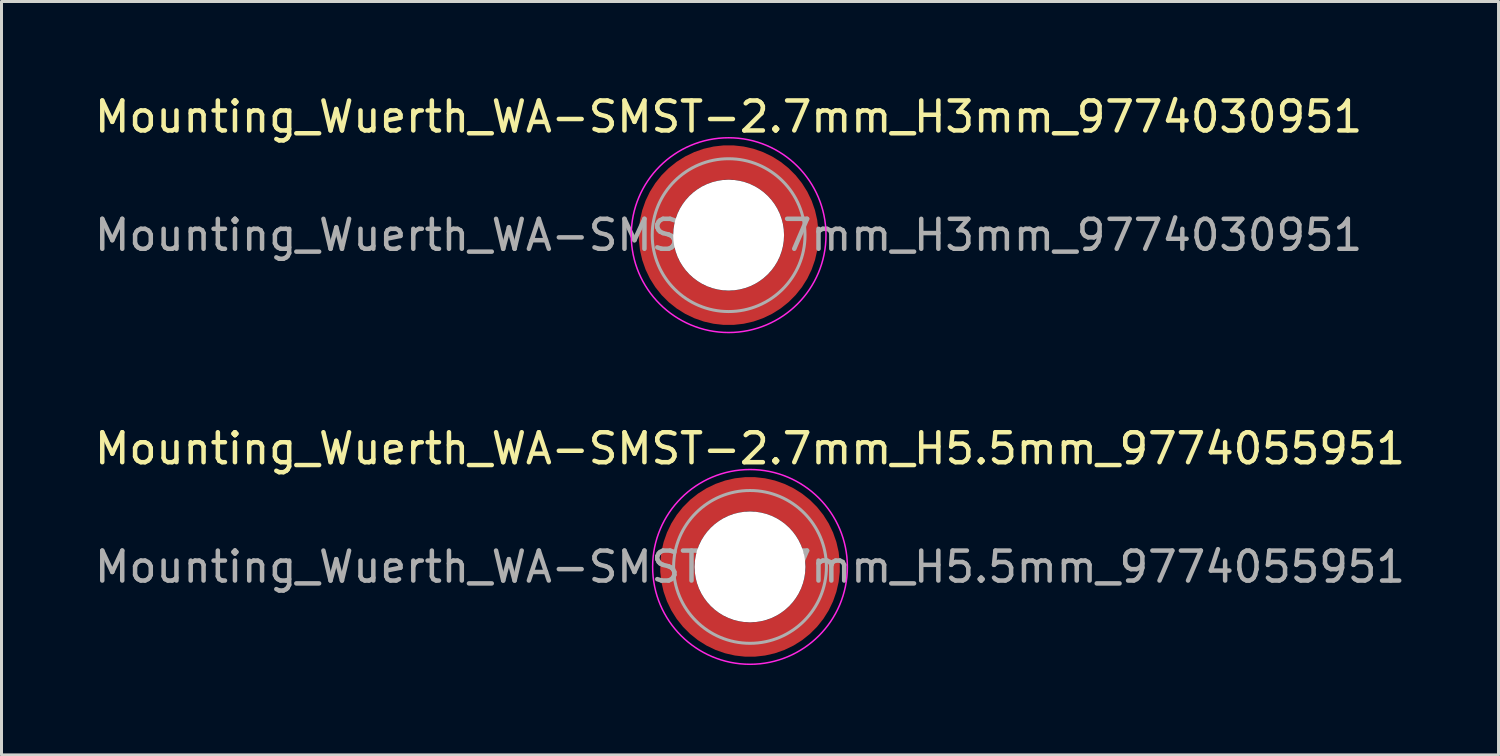
<source format=kicad_pcb>
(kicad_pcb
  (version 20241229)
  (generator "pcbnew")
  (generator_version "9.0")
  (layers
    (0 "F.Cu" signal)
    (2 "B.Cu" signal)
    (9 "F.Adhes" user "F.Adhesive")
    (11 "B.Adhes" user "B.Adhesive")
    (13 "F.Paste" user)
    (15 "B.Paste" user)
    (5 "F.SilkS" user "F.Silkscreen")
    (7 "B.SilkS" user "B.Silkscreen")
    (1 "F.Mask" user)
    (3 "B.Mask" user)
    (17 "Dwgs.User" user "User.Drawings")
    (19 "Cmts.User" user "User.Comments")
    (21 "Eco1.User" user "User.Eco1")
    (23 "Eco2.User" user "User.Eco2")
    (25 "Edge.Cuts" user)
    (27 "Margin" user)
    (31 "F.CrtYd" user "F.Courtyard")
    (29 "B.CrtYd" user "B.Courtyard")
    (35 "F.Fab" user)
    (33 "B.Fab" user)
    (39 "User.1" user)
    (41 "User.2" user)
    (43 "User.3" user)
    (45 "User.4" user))
  (footprint "Mounting_Wuerth_WA-SMST-2.7mm_H5.5mm_9774055951"
    (layer "F.Cu")
    (at 21.982 15.871)
    (property "Reference" "Mounting_Wuerth_WA-SMST-2.7mm_H5.5mm_9774055951" (at 0 -3.95 0) (layer "F.SilkS") (effects (font (size 1 1) (thickness 0.15))))
    (attr smd allow_soldermask_bridges)
    (fp_circle (center 0 0) (end 3.25 0) (stroke (width 0.05) (type solid)) (fill no) (layer "F.CrtYd"))
    (fp_circle (center 0 0) (end 2.55 0) (stroke (width 0.1) (type solid)) (fill no) (layer "F.Fab"))
    (fp_text user "${REFERENCE}" (at 0 0 0) (layer "F.Fab") (effects (font (size 1 1) (thickness 0.15))))
    (pad "" smd custom (at -1.704 -1.704) (size 0.51 0.51) (layers "F.Paste") (options (anchor circle)) (primitives (gr_arc (start -0.250195 1.279127) (mid 0.289914 0.289914) (end 1.279127 -0.250195) (width 0.2)) (gr_arc (start -0.34334 1.279127) (mid 0.225488 0.225488) (end 1.279127 -0.34334) (width 0.2)) (gr_arc (start -0.436309 1.279127) (mid 0.161063 0.161063) (end 1.279127 -0.436309) (width 0.2)) (gr_arc (start -0.529126 1.279127) (mid 0.096638 0.096638) (end 1.279127 -0.529126) (width 0.2)) (gr_arc (start -0.621807 1.279127) (mid 0.032213 0.032213) (end 1.279127 -0.621807) (width 0.2)) (gr_arc (start -0.71437 1.279127) (mid -0.032213 -0.032213) (end 1.279127 -0.71437) (width 0.2)) (gr_arc (start -0.806826 1.279127) (mid -0.096638 -0.096638) (end 1.279127 -0.806826) (width 0.2)) (gr_arc (start -0.899187 1.279127) (mid -0.161063 -0.161063) (end 1.279127 -0.899187) (width 0.2)) (gr_arc (start -0.991463 1.279127) (mid -0.225488 -0.225488) (end 1.279127 -0.991463) (width 0.2)) (gr_arc (start -1.083663 1.279127) (mid -0.289914 -0.289914) (end 1.279127 -1.083663) (width 0.2)) (gr_line (start 1.279 -0.25) (end 1.279 -1.084) (width 0.2)) (gr_line (start -0.25 1.279) (end -1.084 1.279) (width 0.2))))
    (pad "" smd custom (at -1.704 1.704) (size 0.51 0.51) (layers "F.Paste") (options (anchor circle)) (primitives (gr_arc (start 1.279127 0.250195) (mid 0.289914 -0.289914) (end -0.250195 -1.279127) (width 0.2)) (gr_arc (start 1.279127 0.34334) (mid 0.225488 -0.225488) (end -0.34334 -1.279127) (width 0.2)) (gr_arc (start 1.279127 0.436309) (mid 0.161063 -0.161063) (end -0.436309 -1.279127) (width 0.2)) (gr_arc (start 1.279127 0.529126) (mid 0.096638 -0.096638) (end -0.529126 -1.279127) (width 0.2)) (gr_arc (start 1.279127 0.621807) (mid 0.032213 -0.032213) (end -0.621807 -1.279127) (width 0.2)) (gr_arc (start 1.279127 0.71437) (mid -0.032213 0.032213) (end -0.71437 -1.279127) (width 0.2)) (gr_arc (start 1.279127 0.806826) (mid -0.096638 0.096638) (end -0.806826 -1.279127) (width 0.2)) (gr_arc (start 1.279127 0.899187) (mid -0.161063 0.161063) (end -0.899187 -1.279127) (width 0.2)) (gr_arc (start 1.279127 0.991463) (mid -0.225488 0.225488) (end -0.991463 -1.279127) (width 0.2)) (gr_arc (start 1.279127 1.083663) (mid -0.289914 0.289914) (end -1.083663 -1.279127) (width 0.2)) (gr_line (start -0.25 -1.279) (end -1.084 -1.279) (width 0.2)) (gr_line (start 1.279 0.25) (end 1.279 1.084) (width 0.2))))
    (pad "" np_thru_hole circle (at 0 0) (size 3.7 3.7) (drill 3.7) (layers "*.Cu" "*.Mask"))
    (pad "" smd custom (at 1.704 -1.704) (size 0.51 0.51) (layers "F.Paste") (options (anchor circle)) (primitives (gr_arc (start -1.279127 -0.250195) (mid -0.289914 0.289914) (end 0.250195 1.279127) (width 0.2)) (gr_arc (start -1.279127 -0.34334) (mid -0.225488 0.225488) (end 0.34334 1.279127) (width 0.2)) (gr_arc (start -1.279127 -0.436309) (mid -0.161063 0.161063) (end 0.436309 1.279127) (width 0.2)) (gr_arc (start -1.279127 -0.529126) (mid -0.096638 0.096638) (end 0.529126 1.279127) (width 0.2)) (gr_arc (start -1.279127 -0.621807) (mid -0.032213 0.032213) (end 0.621807 1.279127) (width 0.2)) (gr_arc (start -1.279127 -0.71437) (mid 0.032213 -0.032213) (end 0.71437 1.279127) (width 0.2)) (gr_arc (start -1.279127 -0.806826) (mid 0.096638 -0.096638) (end 0.806826 1.279127) (width 0.2)) (gr_arc (start -1.279127 -0.899187) (mid 0.161063 -0.161063) (end 0.899187 1.279127) (width 0.2)) (gr_arc (start -1.279127 -0.991463) (mid 0.225488 -0.225488) (end 0.991463 1.279127) (width 0.2)) (gr_arc (start -1.279127 -1.083663) (mid 0.289914 -0.289914) (end 1.083663 1.279127) (width 0.2)) (gr_line (start 0.25 1.279) (end 1.084 1.279) (width 0.2)) (gr_line (start -1.279 -0.25) (end -1.279 -1.084) (width 0.2))))
    (pad "" smd custom (at 1.704 1.704) (size 0.51 0.51) (layers "F.Paste") (options (anchor circle)) (primitives (gr_arc (start 0.250195 -1.279127) (mid -0.289914 -0.289914) (end -1.279127 0.250195) (width 0.2)) (gr_arc (start 0.34334 -1.279127) (mid -0.225488 -0.225488) (end -1.279127 0.34334) (width 0.2)) (gr_arc (start 0.436309 -1.279127) (mid -0.161063 -0.161063) (end -1.279127 0.436309) (width 0.2)) (gr_arc (start 0.529126 -1.279127) (mid -0.096638 -0.096638) (end -1.279127 0.529126) (width 0.2)) (gr_arc (start 0.621807 -1.279127) (mid -0.032213 -0.032213) (end -1.279127 0.621807) (width 0.2)) (gr_arc (start 0.71437 -1.279127) (mid 0.032213 0.032213) (end -1.279127 0.71437) (width 0.2)) (gr_arc (start 0.806826 -1.279127) (mid 0.096638 0.096638) (end -1.279127 0.806826) (width 0.2)) (gr_arc (start 0.899187 -1.279127) (mid 0.161063 0.161063) (end -1.279127 0.899187) (width 0.2)) (gr_arc (start 0.991463 -1.279127) (mid 0.225488 0.225488) (end -1.279127 0.991463) (width 0.2)) (gr_arc (start 1.083663 -1.279127) (mid 0.289914 0.289914) (end -1.279127 1.083663) (width 0.2)) (gr_line (start -1.279 0.25) (end -1.279 1.084) (width 0.2)) (gr_line (start 0.25 -1.279) (end 1.084 -1.279) (width 0.2))))
    (pad "1" smd circle (at -2.425 0) (size 0.642 0.642) (layers "F.Cu"))
    (pad "1" smd circle (at 0 -2.425) (size 0.642 0.642) (layers "F.Cu"))
    (pad "1" smd circle (at 0 2.425) (size 0.642 0.642) (layers "F.Cu"))
    (pad "1" smd custom (at 2.425 0) (size 1.15 1.15) (layers "F.Cu" "F.Mask") (options (anchor circle)) (primitives (gr_circle (center -2.425 0) (end 0 0) (width 1.15) (fill no)))))
  (footprint "Mounting_Wuerth_WA-SMST-2.7mm_H3mm_9774030951"
    (layer "F.Cu")
    (at 21.268 4.798)
    (property "Reference" "Mounting_Wuerth_WA-SMST-2.7mm_H3mm_9774030951" (at 0 -3.95 0) (layer "F.SilkS") (effects (font (size 1 1) (thickness 0.15))))
    (attr smd allow_soldermask_bridges)
    (fp_circle (center 0 0) (end 3.25 0) (stroke (width 0.05) (type solid)) (fill no) (layer "F.CrtYd"))
    (fp_circle (center 0 0) (end 2.55 0) (stroke (width 0.1) (type solid)) (fill no) (layer "F.Fab"))
    (fp_text user "${REFERENCE}" (at 0 0 0) (layer "F.Fab") (effects (font (size 1 1) (thickness 0.15))))
    (pad "" smd custom (at -1.704 -1.704) (size 0.51 0.51) (layers "F.Paste") (options (anchor circle)) (primitives (gr_arc (start -0.250195 1.279127) (mid 0.289914 0.289914) (end 1.279127 -0.250195) (width 0.2)) (gr_arc (start -0.34334 1.279127) (mid 0.225488 0.225488) (end 1.279127 -0.34334) (width 0.2)) (gr_arc (start -0.436309 1.279127) (mid 0.161063 0.161063) (end 1.279127 -0.436309) (width 0.2)) (gr_arc (start -0.529126 1.279127) (mid 0.096638 0.096638) (end 1.279127 -0.529126) (width 0.2)) (gr_arc (start -0.621807 1.279127) (mid 0.032213 0.032213) (end 1.279127 -0.621807) (width 0.2)) (gr_arc (start -0.71437 1.279127) (mid -0.032213 -0.032213) (end 1.279127 -0.71437) (width 0.2)) (gr_arc (start -0.806826 1.279127) (mid -0.096638 -0.096638) (end 1.279127 -0.806826) (width 0.2)) (gr_arc (start -0.899187 1.279127) (mid -0.161063 -0.161063) (end 1.279127 -0.899187) (width 0.2)) (gr_arc (start -0.991463 1.279127) (mid -0.225488 -0.225488) (end 1.279127 -0.991463) (width 0.2)) (gr_arc (start -1.083663 1.279127) (mid -0.289914 -0.289914) (end 1.279127 -1.083663) (width 0.2)) (gr_line (start 1.279 -0.25) (end 1.279 -1.084) (width 0.2)) (gr_line (start -0.25 1.279) (end -1.084 1.279) (width 0.2))))
    (pad "" smd custom (at -1.704 1.704) (size 0.51 0.51) (layers "F.Paste") (options (anchor circle)) (primitives (gr_arc (start 1.279127 0.250195) (mid 0.289914 -0.289914) (end -0.250195 -1.279127) (width 0.2)) (gr_arc (start 1.279127 0.34334) (mid 0.225488 -0.225488) (end -0.34334 -1.279127) (width 0.2)) (gr_arc (start 1.279127 0.436309) (mid 0.161063 -0.161063) (end -0.436309 -1.279127) (width 0.2)) (gr_arc (start 1.279127 0.529126) (mid 0.096638 -0.096638) (end -0.529126 -1.279127) (width 0.2)) (gr_arc (start 1.279127 0.621807) (mid 0.032213 -0.032213) (end -0.621807 -1.279127) (width 0.2)) (gr_arc (start 1.279127 0.71437) (mid -0.032213 0.032213) (end -0.71437 -1.279127) (width 0.2)) (gr_arc (start 1.279127 0.806826) (mid -0.096638 0.096638) (end -0.806826 -1.279127) (width 0.2)) (gr_arc (start 1.279127 0.899187) (mid -0.161063 0.161063) (end -0.899187 -1.279127) (width 0.2)) (gr_arc (start 1.279127 0.991463) (mid -0.225488 0.225488) (end -0.991463 -1.279127) (width 0.2)) (gr_arc (start 1.279127 1.083663) (mid -0.289914 0.289914) (end -1.083663 -1.279127) (width 0.2)) (gr_line (start -0.25 -1.279) (end -1.084 -1.279) (width 0.2)) (gr_line (start 1.279 0.25) (end 1.279 1.084) (width 0.2))))
    (pad "" np_thru_hole circle (at 0 0) (size 3.7 3.7) (drill 3.7) (layers "*.Cu" "*.Mask"))
    (pad "" smd custom (at 1.704 -1.704) (size 0.51 0.51) (layers "F.Paste") (options (anchor circle)) (primitives (gr_arc (start -1.279127 -0.250195) (mid -0.289914 0.289914) (end 0.250195 1.279127) (width 0.2)) (gr_arc (start -1.279127 -0.34334) (mid -0.225488 0.225488) (end 0.34334 1.279127) (width 0.2)) (gr_arc (start -1.279127 -0.436309) (mid -0.161063 0.161063) (end 0.436309 1.279127) (width 0.2)) (gr_arc (start -1.279127 -0.529126) (mid -0.096638 0.096638) (end 0.529126 1.279127) (width 0.2)) (gr_arc (start -1.279127 -0.621807) (mid -0.032213 0.032213) (end 0.621807 1.279127) (width 0.2)) (gr_arc (start -1.279127 -0.71437) (mid 0.032213 -0.032213) (end 0.71437 1.279127) (width 0.2)) (gr_arc (start -1.279127 -0.806826) (mid 0.096638 -0.096638) (end 0.806826 1.279127) (width 0.2)) (gr_arc (start -1.279127 -0.899187) (mid 0.161063 -0.161063) (end 0.899187 1.279127) (width 0.2)) (gr_arc (start -1.279127 -0.991463) (mid 0.225488 -0.225488) (end 0.991463 1.279127) (width 0.2)) (gr_arc (start -1.279127 -1.083663) (mid 0.289914 -0.289914) (end 1.083663 1.279127) (width 0.2)) (gr_line (start 0.25 1.279) (end 1.084 1.279) (width 0.2)) (gr_line (start -1.279 -0.25) (end -1.279 -1.084) (width 0.2))))
    (pad "" smd custom (at 1.704 1.704) (size 0.51 0.51) (layers "F.Paste") (options (anchor circle)) (primitives (gr_arc (start 0.250195 -1.279127) (mid -0.289914 -0.289914) (end -1.279127 0.250195) (width 0.2)) (gr_arc (start 0.34334 -1.279127) (mid -0.225488 -0.225488) (end -1.279127 0.34334) (width 0.2)) (gr_arc (start 0.436309 -1.279127) (mid -0.161063 -0.161063) (end -1.279127 0.436309) (width 0.2)) (gr_arc (start 0.529126 -1.279127) (mid -0.096638 -0.096638) (end -1.279127 0.529126) (width 0.2)) (gr_arc (start 0.621807 -1.279127) (mid -0.032213 -0.032213) (end -1.279127 0.621807) (width 0.2)) (gr_arc (start 0.71437 -1.279127) (mid 0.032213 0.032213) (end -1.279127 0.71437) (width 0.2)) (gr_arc (start 0.806826 -1.279127) (mid 0.096638 0.096638) (end -1.279127 0.806826) (width 0.2)) (gr_arc (start 0.899187 -1.279127) (mid 0.161063 0.161063) (end -1.279127 0.899187) (width 0.2)) (gr_arc (start 0.991463 -1.279127) (mid 0.225488 0.225488) (end -1.279127 0.991463) (width 0.2)) (gr_arc (start 1.083663 -1.279127) (mid 0.289914 0.289914) (end -1.279127 1.083663) (width 0.2)) (gr_line (start -1.279 0.25) (end -1.279 1.084) (width 0.2)) (gr_line (start 0.25 -1.279) (end 1.084 -1.279) (width 0.2))))
    (pad "1" smd circle (at -2.425 0) (size 0.642 0.642) (layers "F.Cu"))
    (pad "1" smd circle (at 0 -2.425) (size 0.642 0.642) (layers "F.Cu"))
    (pad "1" smd circle (at 0 2.425) (size 0.642 0.642) (layers "F.Cu"))
    (pad "1" smd custom (at 2.425 0) (size 1.15 1.15) (layers "F.Cu" "F.Mask") (options (anchor circle)) (primitives (gr_circle (center -2.425 0) (end 0 0) (width 1.15) (fill no)))))
  (gr_rect
    (start -3 -3)
    (end 46.964 22.146)
    (stroke (width 0.1) (type default))
    (fill no)
    (layer "Edge.Cuts")))
</source>
